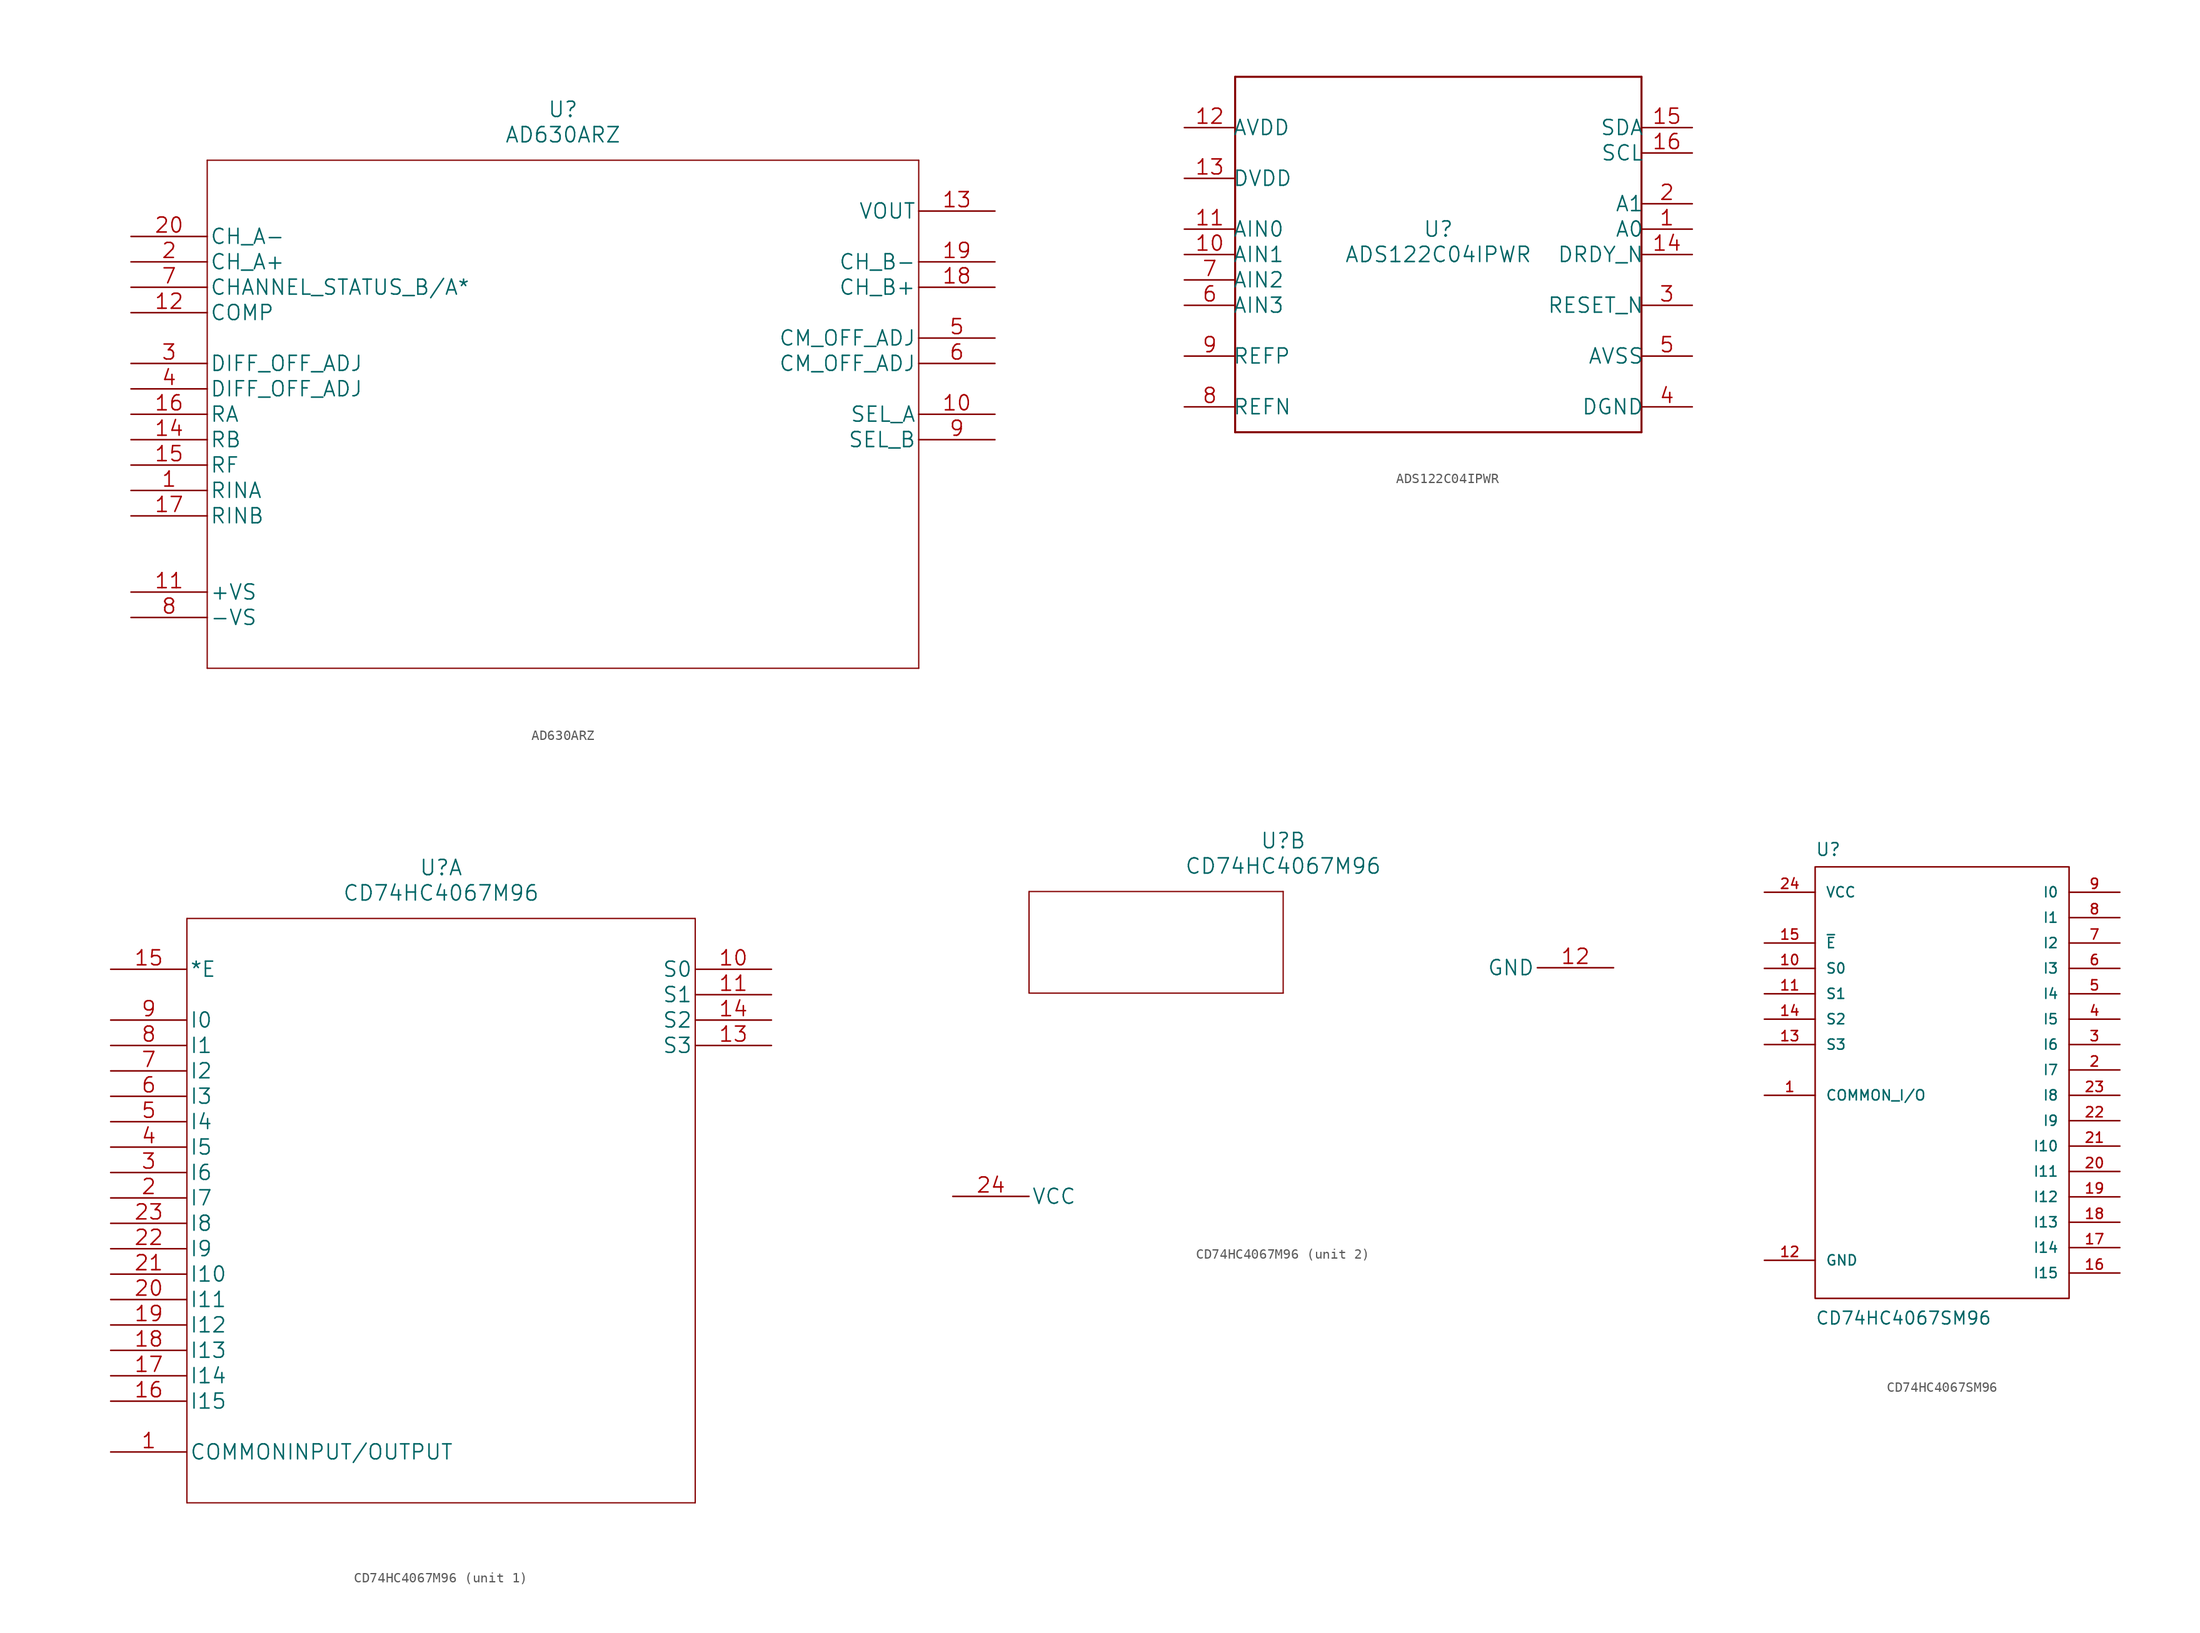
<source format=kicad_sym>
(kicad_symbol_lib
  (version 20211014)
  (generator kicad_symbol_editor)
  (symbol "AD630ARZ"
    (pin_names
      (offset 0.254))
    (property "Reference" "U"
      (at 43.18 12.7 0)
      (effects (font (size 1.524 1.524))))
    (property "Value" "AD630ARZ"
      (at 43.18 10.16 0)
      (effects (font (size 1.524 1.524))))
    (property "Datasheet" ""
      (at 0 0 0)
      (effects (font (size 1.524 1.524))))
    (property "ki_locked" ""
      (at 0 0 0)
      (effects (font (size 1.27 1.27))))
    (symbol "AD630ARZ_1_1"
      (polyline (pts (xy 7.62 -43.18) (xy 78.74 -43.18)) (stroke (width 0.127) (type default) (color 0 0 0 0)) (fill (type none)))
      (polyline (pts (xy 7.62 7.62) (xy 7.62 -43.18)) (stroke (width 0.127) (type default) (color 0 0 0 0)) (fill (type none)))
      (polyline (pts (xy 78.74 -43.18) (xy 78.74 7.62)) (stroke (width 0.127) (type default) (color 0 0 0 0)) (fill (type none)))
      (polyline (pts (xy 78.74 7.62) (xy 7.62 7.62)) (stroke (width 0.127) (type default) (color 0 0 0 0)) (fill (type none)))
      (pin unspecified line (at 0 -25.4 0) (length 7.62) (name "RINA" (effects (font (size 1.499 1.499)))) (number "1" (effects (font (size 1.499 1.499)))))
      (pin unspecified line (at 86.36 -17.78 180) (length 7.62) (name "SEL_A" (effects (font (size 1.499 1.499)))) (number "10" (effects (font (size 1.499 1.499)))))
      (pin power_in line (at 0 -35.56 0) (length 7.62) (name "+VS" (effects (font (size 1.499 1.499)))) (number "11" (effects (font (size 1.499 1.499)))))
      (pin unspecified line (at 0 -7.62 0) (length 7.62) (name "COMP" (effects (font (size 1.499 1.499)))) (number "12" (effects (font (size 1.499 1.499)))))
      (pin unspecified line (at 86.36 2.54 180) (length 7.62) (name "VOUT" (effects (font (size 1.499 1.499)))) (number "13" (effects (font (size 1.499 1.499)))))
      (pin unspecified line (at 0 -20.32 0) (length 7.62) (name "RB" (effects (font (size 1.499 1.499)))) (number "14" (effects (font (size 1.499 1.499)))))
      (pin unspecified line (at 0 -22.86 0) (length 7.62) (name "RF" (effects (font (size 1.499 1.499)))) (number "15" (effects (font (size 1.499 1.499)))))
      (pin unspecified line (at 0 -17.78 0) (length 7.62) (name "RA" (effects (font (size 1.499 1.499)))) (number "16" (effects (font (size 1.499 1.499)))))
      (pin unspecified line (at 0 -27.94 0) (length 7.62) (name "RINB" (effects (font (size 1.499 1.499)))) (number "17" (effects (font (size 1.499 1.499)))))
      (pin unspecified line (at 86.36 -5.08 180) (length 7.62) (name "CH_B+" (effects (font (size 1.499 1.499)))) (number "18" (effects (font (size 1.499 1.499)))))
      (pin unspecified line (at 86.36 -2.54 180) (length 7.62) (name "CH_B-" (effects (font (size 1.499 1.499)))) (number "19" (effects (font (size 1.499 1.499)))))
      (pin unspecified line (at 0 -2.54 0) (length 7.62) (name "CH_A+" (effects (font (size 1.499 1.499)))) (number "2" (effects (font (size 1.499 1.499)))))
      (pin unspecified line (at 0 0 0) (length 7.62) (name "CH_A-" (effects (font (size 1.499 1.499)))) (number "20" (effects (font (size 1.499 1.499)))))
      (pin unspecified line (at 0 -12.7 0) (length 7.62) (name "DIFF_OFF_ADJ" (effects (font (size 1.499 1.499)))) (number "3" (effects (font (size 1.499 1.499)))))
      (pin unspecified line (at 0 -15.24 0) (length 7.62) (name "DIFF_OFF_ADJ" (effects (font (size 1.499 1.499)))) (number "4" (effects (font (size 1.499 1.499)))))
      (pin unspecified line (at 86.36 -10.16 180) (length 7.62) (name "CM_OFF_ADJ" (effects (font (size 1.499 1.499)))) (number "5" (effects (font (size 1.499 1.499)))))
      (pin unspecified line (at 86.36 -12.7 180) (length 7.62) (name "CM_OFF_ADJ" (effects (font (size 1.499 1.499)))) (number "6" (effects (font (size 1.499 1.499)))))
      (pin unspecified line (at 0 -5.08 0) (length 7.62) (name "CHANNEL_STATUS_B/A*" (effects (font (size 1.499 1.499)))) (number "7" (effects (font (size 1.499 1.499)))))
      (pin power_in line (at 0 -38.1 0) (length 7.62) (name "-VS" (effects (font (size 1.499 1.499)))) (number "8" (effects (font (size 1.499 1.499)))))
      (pin unspecified line (at 86.36 -20.32 180) (length 7.62) (name "SEL_B" (effects (font (size 1.499 1.499)))) (number "9" (effects (font (size 1.499 1.499)))))))
  (symbol "ADS122C04IPWR"
    (pin_names
      (offset -0.254))
    (property "Reference" "U"
      (at 0 2.54 0)
      (effects (font (size 1.524 1.524))))
    (property "Value" "ADS122C04IPWR"
      (at 0 0 0)
      (effects (font (size 1.524 1.524))))
    (property "Datasheet" ""
      (at 0 0 0)
      (effects (font (size 1.524 1.524))))
    (property "ki_locked" ""
      (at 0 0 0)
      (effects (font (size 1.27 1.27))))
    (symbol "ADS122C04IPWR_1_1"
      (polyline (pts (xy -20.32 -17.78) (xy 20.32 -17.78)) (stroke (width 0.203) (type default) (color 0 0 0 0)) (fill (type none)))
      (polyline (pts (xy -20.32 17.78) (xy -20.32 -17.78)) (stroke (width 0.203) (type default) (color 0 0 0 0)) (fill (type none)))
      (polyline (pts (xy 20.32 -17.78) (xy 20.32 17.78)) (stroke (width 0.203) (type default) (color 0 0 0 0)) (fill (type none)))
      (polyline (pts (xy 20.32 17.78) (xy -20.32 17.78)) (stroke (width 0.203) (type default) (color 0 0 0 0)) (fill (type none)))
      (pin input line (at 25.4 2.54 180) (length 5.08) (name "A0" (effects (font (size 1.499 1.499)))) (number "1" (effects (font (size 1.499 1.499)))))
      (pin input line (at -25.4 0 0) (length 5.08) (name "AIN1" (effects (font (size 1.499 1.499)))) (number "10" (effects (font (size 1.499 1.499)))))
      (pin input line (at -25.4 2.54 0) (length 5.08) (name "AIN0" (effects (font (size 1.499 1.499)))) (number "11" (effects (font (size 1.499 1.499)))))
      (pin power_in line (at -25.4 12.7 0) (length 5.08) (name "AVDD" (effects (font (size 1.499 1.499)))) (number "12" (effects (font (size 1.499 1.499)))))
      (pin power_in line (at -25.4 7.62 0) (length 5.08) (name "DVDD" (effects (font (size 1.499 1.499)))) (number "13" (effects (font (size 1.499 1.499)))))
      (pin output line (at 25.4 0 180) (length 5.08) (name "DRDY_N" (effects (font (size 1.499 1.499)))) (number "14" (effects (font (size 1.499 1.499)))))
      (pin bidirectional line (at 25.4 12.7 180) (length 5.08) (name "SDA" (effects (font (size 1.499 1.499)))) (number "15" (effects (font (size 1.499 1.499)))))
      (pin input line (at 25.4 10.16 180) (length 5.08) (name "SCL" (effects (font (size 1.499 1.499)))) (number "16" (effects (font (size 1.499 1.499)))))
      (pin input line (at 25.4 5.08 180) (length 5.08) (name "A1" (effects (font (size 1.499 1.499)))) (number "2" (effects (font (size 1.499 1.499)))))
      (pin input line (at 25.4 -5.08 180) (length 5.08) (name "RESET_N" (effects (font (size 1.499 1.499)))) (number "3" (effects (font (size 1.499 1.499)))))
      (pin power_in line (at 25.4 -15.24 180) (length 5.08) (name "DGND" (effects (font (size 1.499 1.499)))) (number "4" (effects (font (size 1.499 1.499)))))
      (pin power_in line (at 25.4 -10.16 180) (length 5.08) (name "AVSS" (effects (font (size 1.499 1.499)))) (number "5" (effects (font (size 1.499 1.499)))))
      (pin input line (at -25.4 -5.08 0) (length 5.08) (name "AIN3" (effects (font (size 1.499 1.499)))) (number "6" (effects (font (size 1.499 1.499)))))
      (pin input line (at -25.4 -2.54 0) (length 5.08) (name "AIN2" (effects (font (size 1.499 1.499)))) (number "7" (effects (font (size 1.499 1.499)))))
      (pin input line (at -25.4 -15.24 0) (length 5.08) (name "REFN" (effects (font (size 1.499 1.499)))) (number "8" (effects (font (size 1.499 1.499)))))
      (pin input line (at -25.4 -10.16 0) (length 5.08) (name "REFP" (effects (font (size 1.499 1.499)))) (number "9" (effects (font (size 1.499 1.499)))))))
  (symbol "CD74HC4067M96"
    (pin_names
      (offset 0.254))
    (property "Reference" "U"
      (at 33.02 10.16 0)
      (effects (font (size 1.524 1.524))))
    (property "Value" "CD74HC4067M96"
      (at 33.02 7.62 0)
      (effects (font (size 1.524 1.524))))
    (property "Datasheet" ""
      (at 0 0 0)
      (effects (font (size 1.524 1.524))))
    (symbol "CD74HC4067M96_1_1"
      (polyline (pts (xy 7.62 -53.34) (xy 58.42 -53.34)) (stroke (width 0.127) (type default) (color 0 0 0 0)) (fill (type none)))
      (polyline (pts (xy 7.62 5.08) (xy 7.62 -53.34)) (stroke (width 0.127) (type default) (color 0 0 0 0)) (fill (type none)))
      (polyline (pts (xy 58.42 -53.34) (xy 58.42 5.08)) (stroke (width 0.127) (type default) (color 0 0 0 0)) (fill (type none)))
      (polyline (pts (xy 58.42 5.08) (xy 7.62 5.08)) (stroke (width 0.127) (type default) (color 0 0 0 0)) (fill (type none)))
      (pin bidirectional line (at 0 -48.26 0) (length 7.62) (name "COMMONINPUT/OUTPUT" (effects (font (size 1.499 1.499)))) (number "1" (effects (font (size 1.499 1.499)))))
      (pin output line (at 66.04 0 180) (length 7.62) (name "S0" (effects (font (size 1.499 1.499)))) (number "10" (effects (font (size 1.499 1.499)))))
      (pin output line (at 66.04 -2.54 180) (length 7.62) (name "S1" (effects (font (size 1.499 1.499)))) (number "11" (effects (font (size 1.499 1.499)))))
      (pin output line (at 66.04 -7.62 180) (length 7.62) (name "S3" (effects (font (size 1.499 1.499)))) (number "13" (effects (font (size 1.499 1.499)))))
      (pin output line (at 66.04 -5.08 180) (length 7.62) (name "S2" (effects (font (size 1.499 1.499)))) (number "14" (effects (font (size 1.499 1.499)))))
      (pin input line (at 0 0 0) (length 7.62) (name "*E" (effects (font (size 1.499 1.499)))) (number "15" (effects (font (size 1.499 1.499)))))
      (pin input line (at 0 -43.18 0) (length 7.62) (name "I15" (effects (font (size 1.499 1.499)))) (number "16" (effects (font (size 1.499 1.499)))))
      (pin input line (at 0 -40.64 0) (length 7.62) (name "I14" (effects (font (size 1.499 1.499)))) (number "17" (effects (font (size 1.499 1.499)))))
      (pin input line (at 0 -38.1 0) (length 7.62) (name "I13" (effects (font (size 1.499 1.499)))) (number "18" (effects (font (size 1.499 1.499)))))
      (pin input line (at 0 -35.56 0) (length 7.62) (name "I12" (effects (font (size 1.499 1.499)))) (number "19" (effects (font (size 1.499 1.499)))))
      (pin input line (at 0 -22.86 0) (length 7.62) (name "I7" (effects (font (size 1.499 1.499)))) (number "2" (effects (font (size 1.499 1.499)))))
      (pin input line (at 0 -33.02 0) (length 7.62) (name "I11" (effects (font (size 1.499 1.499)))) (number "20" (effects (font (size 1.499 1.499)))))
      (pin input line (at 0 -30.48 0) (length 7.62) (name "I10" (effects (font (size 1.499 1.499)))) (number "21" (effects (font (size 1.499 1.499)))))
      (pin input line (at 0 -27.94 0) (length 7.62) (name "I9" (effects (font (size 1.499 1.499)))) (number "22" (effects (font (size 1.499 1.499)))))
      (pin input line (at 0 -25.4 0) (length 7.62) (name "I8" (effects (font (size 1.499 1.499)))) (number "23" (effects (font (size 1.499 1.499)))))
      (pin input line (at 0 -20.32 0) (length 7.62) (name "I6" (effects (font (size 1.499 1.499)))) (number "3" (effects (font (size 1.499 1.499)))))
      (pin input line (at 0 -17.78 0) (length 7.62) (name "I5" (effects (font (size 1.499 1.499)))) (number "4" (effects (font (size 1.499 1.499)))))
      (pin input line (at 0 -15.24 0) (length 7.62) (name "I4" (effects (font (size 1.499 1.499)))) (number "5" (effects (font (size 1.499 1.499)))))
      (pin input line (at 0 -12.7 0) (length 7.62) (name "I3" (effects (font (size 1.499 1.499)))) (number "6" (effects (font (size 1.499 1.499)))))
      (pin input line (at 0 -10.16 0) (length 7.62) (name "I2" (effects (font (size 1.499 1.499)))) (number "7" (effects (font (size 1.499 1.499)))))
      (pin input line (at 0 -7.62 0) (length 7.62) (name "I1" (effects (font (size 1.499 1.499)))) (number "8" (effects (font (size 1.499 1.499)))))
      (pin input line (at 0 -5.08 0) (length 7.62) (name "I0" (effects (font (size 1.499 1.499)))) (number "9" (effects (font (size 1.499 1.499))))))
    (symbol "CD74HC4067M96_2_1"
      (polyline (pts (xy 7.62 -5.08) (xy 33.02 -5.08)) (stroke (width 0.127) (type default) (color 0 0 0 0)) (fill (type none)))
      (polyline (pts (xy 7.62 5.08) (xy 7.62 -5.08)) (stroke (width 0.127) (type default) (color 0 0 0 0)) (fill (type none)))
      (polyline (pts (xy 33.02 -5.08) (xy 33.02 5.08)) (stroke (width 0.127) (type default) (color 0 0 0 0)) (fill (type none)))
      (polyline (pts (xy 33.02 5.08) (xy 7.62 5.08)) (stroke (width 0.127) (type default) (color 0 0 0 0)) (fill (type none)))
      (pin power_in line (at 66.04 -2.54 180) (length 7.62) (name "GND" (effects (font (size 1.499 1.499)))) (number "12" (effects (font (size 1.499 1.499)))))
      (pin power_in line (at 0 -25.4 0) (length 7.62) (name "VCC" (effects (font (size 1.499 1.499)))) (number "24" (effects (font (size 1.499 1.499)))))))
  (symbol "CD74HC4067SM96"
    (pin_names
      (offset 1.016))
    (property "Reference" "U"
      (at 5.08 3.531 0)
      (effects (font (size 1.27 1.27)) (justify left bottom)))
    (property "Value" "CD74HC4067SM96"
      (at 5.08 -43.358 0)
      (effects (font (size 1.27 1.27)) (justify left bottom)))
    (property "ki_locked" ""
      (at 0 0 0)
      (effects (font (size 1.27 1.27))))
    (symbol "CD74HC4067SM96_0_0"
      (pin bidirectional line (at 0 -20.32 0) (length 5.08) (name "COMMON_I/O" (effects (font (size 1.016 1.016)))) (number "1" (effects (font (size 1.016 1.016)))))
      (pin bidirectional line (at 0 -7.62 0) (length 5.08) (name "S0" (effects (font (size 1.016 1.016)))) (number "10" (effects (font (size 1.016 1.016)))))
      (pin bidirectional line (at 0 -10.16 0) (length 5.08) (name "S1" (effects (font (size 1.016 1.016)))) (number "11" (effects (font (size 1.016 1.016)))))
      (pin power_in line (at 0 -36.83 0) (length 5.08) (name "GND" (effects (font (size 1.016 1.016)))) (number "12" (effects (font (size 1.016 1.016)))))
      (pin bidirectional line (at 0 -15.24 0) (length 5.08) (name "S3" (effects (font (size 1.016 1.016)))) (number "13" (effects (font (size 1.016 1.016)))))
      (pin bidirectional line (at 0 -12.7 0) (length 5.08) (name "S2" (effects (font (size 1.016 1.016)))) (number "14" (effects (font (size 1.016 1.016)))))
      (pin input line (at 0 -5.08 0) (length 5.08) (name "~{E}" (effects (font (size 1.016 1.016)))) (number "15" (effects (font (size 1.016 1.016)))))
      (pin input line (at 35.56 -38.1 180) (length 5.08) (name "I15" (effects (font (size 1.016 1.016)))) (number "16" (effects (font (size 1.016 1.016)))))
      (pin input line (at 35.56 -35.56 180) (length 5.08) (name "I14" (effects (font (size 1.016 1.016)))) (number "17" (effects (font (size 1.016 1.016)))))
      (pin input line (at 35.56 -33.02 180) (length 5.08) (name "I13" (effects (font (size 1.016 1.016)))) (number "18" (effects (font (size 1.016 1.016)))))
      (pin input line (at 35.56 -30.48 180) (length 5.08) (name "I12" (effects (font (size 1.016 1.016)))) (number "19" (effects (font (size 1.016 1.016)))))
      (pin input line (at 35.56 -17.78 180) (length 5.08) (name "I7" (effects (font (size 1.016 1.016)))) (number "2" (effects (font (size 1.016 1.016)))))
      (pin input line (at 35.56 -27.94 180) (length 5.08) (name "I11" (effects (font (size 1.016 1.016)))) (number "20" (effects (font (size 1.016 1.016)))))
      (pin input line (at 35.56 -25.4 180) (length 5.08) (name "I10" (effects (font (size 1.016 1.016)))) (number "21" (effects (font (size 1.016 1.016)))))
      (pin input line (at 35.56 -22.86 180) (length 5.08) (name "I9" (effects (font (size 1.016 1.016)))) (number "22" (effects (font (size 1.016 1.016)))))
      (pin input line (at 35.56 -20.32 180) (length 5.08) (name "I8" (effects (font (size 1.016 1.016)))) (number "23" (effects (font (size 1.016 1.016)))))
      (pin power_in line (at 0 0 0) (length 5.08) (name "VCC" (effects (font (size 1.016 1.016)))) (number "24" (effects (font (size 1.016 1.016)))))
      (pin input line (at 35.56 -15.24 180) (length 5.08) (name "I6" (effects (font (size 1.016 1.016)))) (number "3" (effects (font (size 1.016 1.016)))))
      (pin input line (at 35.56 -12.7 180) (length 5.08) (name "I5" (effects (font (size 1.016 1.016)))) (number "4" (effects (font (size 1.016 1.016)))))
      (pin input line (at 35.56 -10.16 180) (length 5.08) (name "I4" (effects (font (size 1.016 1.016)))) (number "5" (effects (font (size 1.016 1.016)))))
      (pin input line (at 35.56 -7.62 180) (length 5.08) (name "I3" (effects (font (size 1.016 1.016)))) (number "6" (effects (font (size 1.016 1.016)))))
      (pin input line (at 35.56 -5.08 180) (length 5.08) (name "I2" (effects (font (size 1.016 1.016)))) (number "7" (effects (font (size 1.016 1.016)))))
      (pin input line (at 35.56 -2.54 180) (length 5.08) (name "I1" (effects (font (size 1.016 1.016)))) (number "8" (effects (font (size 1.016 1.016)))))
      (pin input line (at 35.56 0 180) (length 5.08) (name "I0" (effects (font (size 1.016 1.016)))) (number "9" (effects (font (size 1.016 1.016))))))
    (symbol "CD74HC4067SM96_1_1"
      (rectangle (start 5.08 2.54) (end 30.48 -40.64) (stroke (width 0) (type default) (color 0 0 0 0)) (fill (type none))))))
</source>
